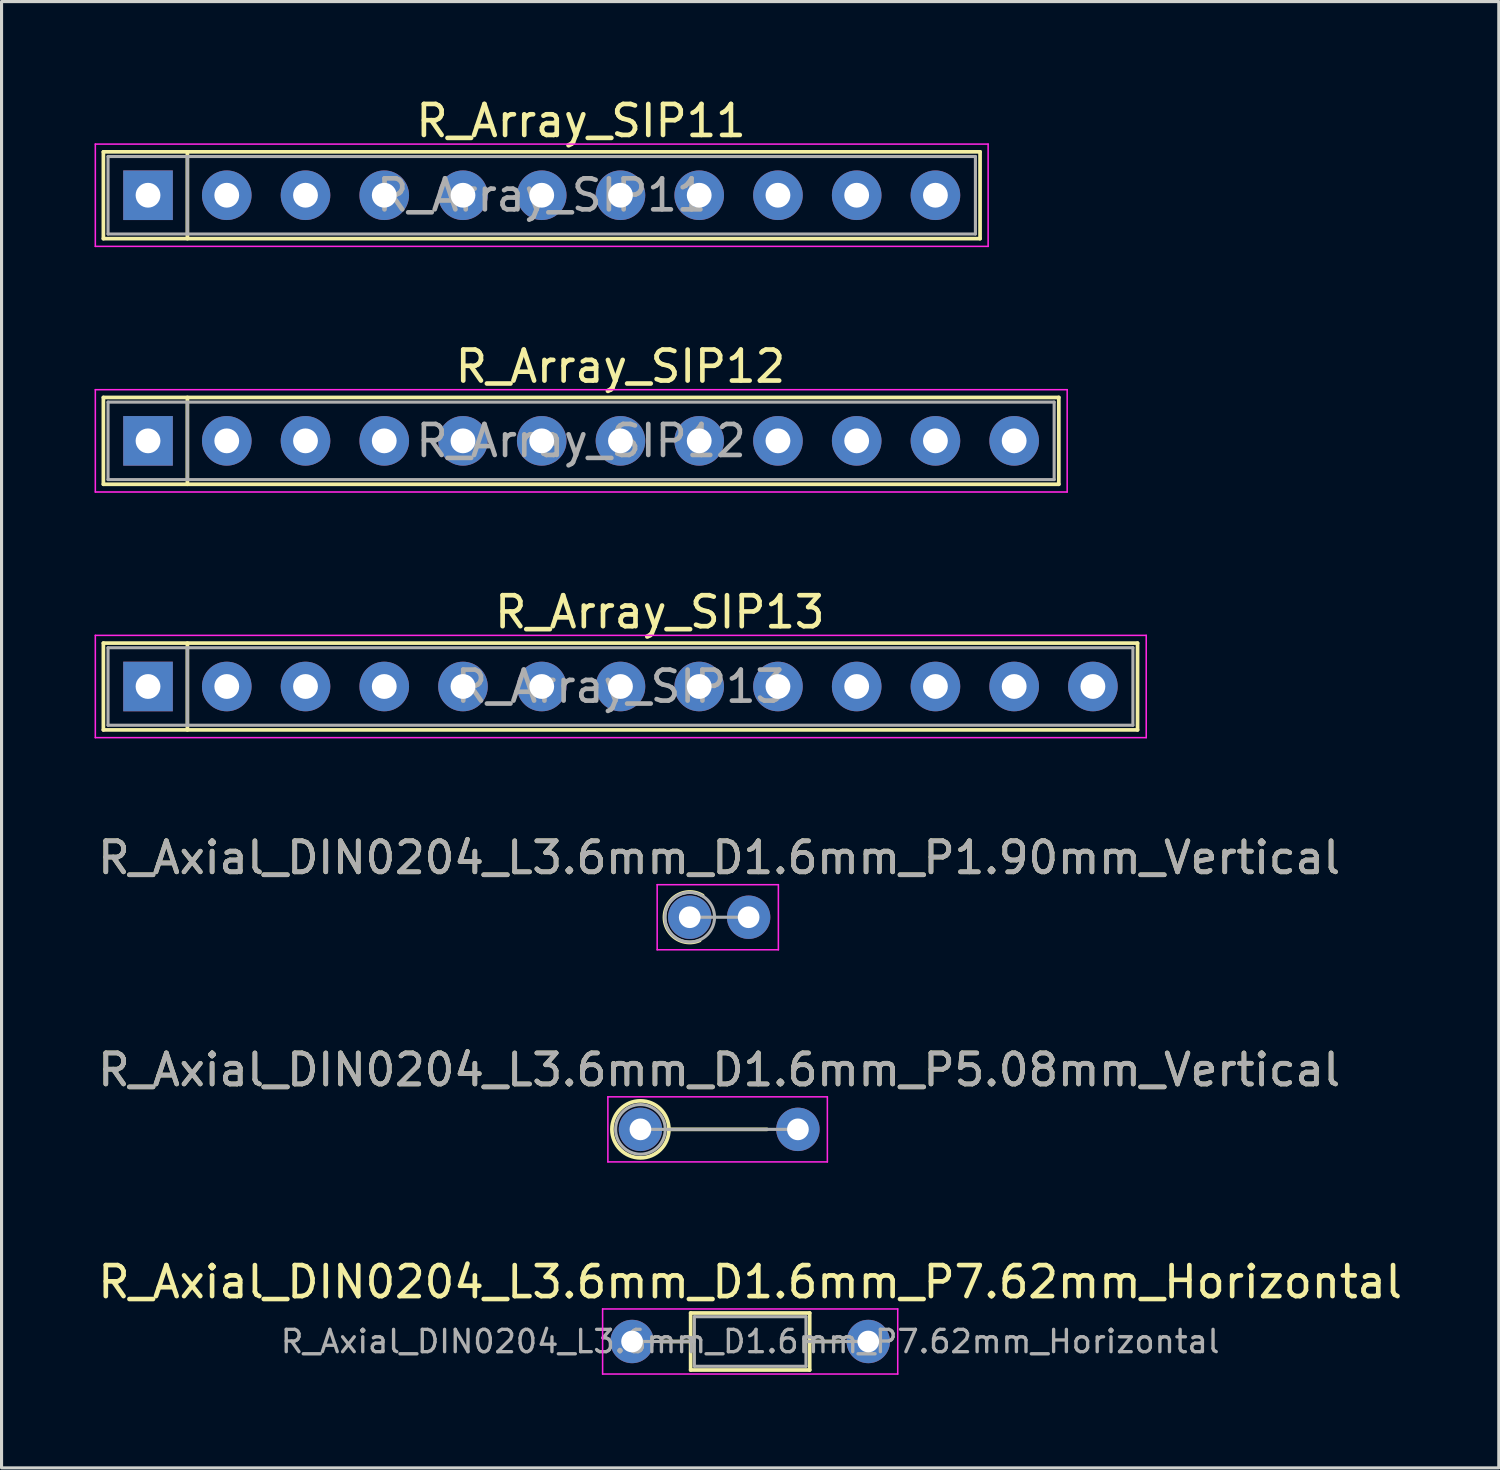
<source format=kicad_pcb>
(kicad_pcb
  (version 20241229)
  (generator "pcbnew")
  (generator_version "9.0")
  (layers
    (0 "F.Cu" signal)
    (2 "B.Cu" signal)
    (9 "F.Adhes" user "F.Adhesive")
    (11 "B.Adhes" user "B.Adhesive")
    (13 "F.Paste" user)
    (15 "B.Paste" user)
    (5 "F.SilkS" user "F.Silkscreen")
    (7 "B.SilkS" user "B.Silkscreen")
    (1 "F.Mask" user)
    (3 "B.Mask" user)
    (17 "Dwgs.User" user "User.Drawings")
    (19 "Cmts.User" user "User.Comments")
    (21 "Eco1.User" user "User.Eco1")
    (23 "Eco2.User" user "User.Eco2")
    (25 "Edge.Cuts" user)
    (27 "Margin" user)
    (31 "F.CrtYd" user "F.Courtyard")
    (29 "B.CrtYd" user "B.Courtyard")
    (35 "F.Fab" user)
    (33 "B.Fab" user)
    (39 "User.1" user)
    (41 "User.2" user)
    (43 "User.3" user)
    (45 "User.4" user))
  (footprint "R_Array_SIP11"
    (layer "F.Cu")
    (at 1.725 3.248)
    (property "Reference" "R_Array_SIP11" (at 13.97 -2.4 0) (layer "F.SilkS") (effects (font (size 1 1) (thickness 0.15))))
    (attr through_hole)
    (fp_line (start -1.44 -1.4) (end -1.44 1.4) (stroke (width 0.12) (type solid)) (layer "F.SilkS"))
    (fp_line (start -1.44 1.4) (end 26.84 1.4) (stroke (width 0.12) (type solid)) (layer "F.SilkS"))
    (fp_line (start 1.27 -1.4) (end 1.27 1.4) (stroke (width 0.12) (type solid)) (layer "F.SilkS"))
    (fp_line (start 26.84 -1.4) (end -1.44 -1.4) (stroke (width 0.12) (type solid)) (layer "F.SilkS"))
    (fp_line (start 26.84 1.4) (end 26.84 -1.4) (stroke (width 0.12) (type solid)) (layer "F.SilkS"))
    (fp_line (start -1.7 -1.65) (end -1.7 1.65) (stroke (width 0.05) (type solid)) (layer "F.CrtYd"))
    (fp_line (start -1.7 1.65) (end 27.1 1.65) (stroke (width 0.05) (type solid)) (layer "F.CrtYd"))
    (fp_line (start 27.1 -1.65) (end -1.7 -1.65) (stroke (width 0.05) (type solid)) (layer "F.CrtYd"))
    (fp_line (start 27.1 1.65) (end 27.1 -1.65) (stroke (width 0.05) (type solid)) (layer "F.CrtYd"))
    (fp_line (start -1.29 -1.25) (end -1.29 1.25) (stroke (width 0.1) (type solid)) (layer "F.Fab"))
    (fp_line (start -1.29 1.25) (end 26.69 1.25) (stroke (width 0.1) (type solid)) (layer "F.Fab"))
    (fp_line (start 1.27 -1.25) (end 1.27 1.25) (stroke (width 0.1) (type solid)) (layer "F.Fab"))
    (fp_line (start 26.69 -1.25) (end -1.29 -1.25) (stroke (width 0.1) (type solid)) (layer "F.Fab"))
    (fp_line (start 26.69 1.25) (end 26.69 -1.25) (stroke (width 0.1) (type solid)) (layer "F.Fab"))
    (fp_text user "${REFERENCE}" (at 12.7 0 0) (layer "F.Fab") (effects (font (size 1 1) (thickness 0.15))))
    (pad "1" thru_hole rect (at 0 0) (size 1.6 1.6) (drill 0.8) (layers "*.Cu" "*.Mask"))
    (pad "2" thru_hole oval (at 2.54 0) (size 1.6 1.6) (drill 0.8) (layers "*.Cu" "*.Mask"))
    (pad "3" thru_hole oval (at 5.08 0) (size 1.6 1.6) (drill 0.8) (layers "*.Cu" "*.Mask"))
    (pad "4" thru_hole oval (at 7.62 0) (size 1.6 1.6) (drill 0.8) (layers "*.Cu" "*.Mask"))
    (pad "5" thru_hole oval (at 10.16 0) (size 1.6 1.6) (drill 0.8) (layers "*.Cu" "*.Mask"))
    (pad "6" thru_hole oval (at 12.7 0) (size 1.6 1.6) (drill 0.8) (layers "*.Cu" "*.Mask"))
    (pad "7" thru_hole oval (at 15.24 0) (size 1.6 1.6) (drill 0.8) (layers "*.Cu" "*.Mask"))
    (pad "8" thru_hole oval (at 17.78 0) (size 1.6 1.6) (drill 0.8) (layers "*.Cu" "*.Mask"))
    (pad "9" thru_hole oval (at 20.32 0) (size 1.6 1.6) (drill 0.8) (layers "*.Cu" "*.Mask"))
    (pad "10" thru_hole oval (at 22.86 0) (size 1.6 1.6) (drill 0.8) (layers "*.Cu" "*.Mask"))
    (pad "11" thru_hole oval (at 25.4 0) (size 1.6 1.6) (drill 0.8) (layers "*.Cu" "*.Mask")))
  (footprint "R_Array_SIP12"
    (layer "F.Cu")
    (at 1.725 11.171)
    (property "Reference" "R_Array_SIP12" (at 15.24 -2.4 0) (layer "F.SilkS") (effects (font (size 1 1) (thickness 0.15))))
    (attr through_hole)
    (fp_line (start -1.44 -1.4) (end -1.44 1.4) (stroke (width 0.12) (type solid)) (layer "F.SilkS"))
    (fp_line (start -1.44 1.4) (end 29.38 1.4) (stroke (width 0.12) (type solid)) (layer "F.SilkS"))
    (fp_line (start 1.27 -1.4) (end 1.27 1.4) (stroke (width 0.12) (type solid)) (layer "F.SilkS"))
    (fp_line (start 29.38 -1.4) (end -1.44 -1.4) (stroke (width 0.12) (type solid)) (layer "F.SilkS"))
    (fp_line (start 29.38 1.4) (end 29.38 -1.4) (stroke (width 0.12) (type solid)) (layer "F.SilkS"))
    (fp_line (start -1.7 -1.65) (end -1.7 1.65) (stroke (width 0.05) (type solid)) (layer "F.CrtYd"))
    (fp_line (start -1.7 1.65) (end 29.65 1.65) (stroke (width 0.05) (type solid)) (layer "F.CrtYd"))
    (fp_line (start 29.65 -1.65) (end -1.7 -1.65) (stroke (width 0.05) (type solid)) (layer "F.CrtYd"))
    (fp_line (start 29.65 1.65) (end 29.65 -1.65) (stroke (width 0.05) (type solid)) (layer "F.CrtYd"))
    (fp_line (start -1.29 -1.25) (end -1.29 1.25) (stroke (width 0.1) (type solid)) (layer "F.Fab"))
    (fp_line (start -1.29 1.25) (end 29.23 1.25) (stroke (width 0.1) (type solid)) (layer "F.Fab"))
    (fp_line (start 1.27 -1.25) (end 1.27 1.25) (stroke (width 0.1) (type solid)) (layer "F.Fab"))
    (fp_line (start 29.23 -1.25) (end -1.29 -1.25) (stroke (width 0.1) (type solid)) (layer "F.Fab"))
    (fp_line (start 29.23 1.25) (end 29.23 -1.25) (stroke (width 0.1) (type solid)) (layer "F.Fab"))
    (fp_text user "${REFERENCE}" (at 13.97 0 0) (layer "F.Fab") (effects (font (size 1 1) (thickness 0.15))))
    (pad "1" thru_hole rect (at 0 0) (size 1.6 1.6) (drill 0.8) (layers "*.Cu" "*.Mask"))
    (pad "2" thru_hole oval (at 2.54 0) (size 1.6 1.6) (drill 0.8) (layers "*.Cu" "*.Mask"))
    (pad "3" thru_hole oval (at 5.08 0) (size 1.6 1.6) (drill 0.8) (layers "*.Cu" "*.Mask"))
    (pad "4" thru_hole oval (at 7.62 0) (size 1.6 1.6) (drill 0.8) (layers "*.Cu" "*.Mask"))
    (pad "5" thru_hole oval (at 10.16 0) (size 1.6 1.6) (drill 0.8) (layers "*.Cu" "*.Mask"))
    (pad "6" thru_hole oval (at 12.7 0) (size 1.6 1.6) (drill 0.8) (layers "*.Cu" "*.Mask"))
    (pad "7" thru_hole oval (at 15.24 0) (size 1.6 1.6) (drill 0.8) (layers "*.Cu" "*.Mask"))
    (pad "8" thru_hole oval (at 17.78 0) (size 1.6 1.6) (drill 0.8) (layers "*.Cu" "*.Mask"))
    (pad "9" thru_hole oval (at 20.32 0) (size 1.6 1.6) (drill 0.8) (layers "*.Cu" "*.Mask"))
    (pad "10" thru_hole oval (at 22.86 0) (size 1.6 1.6) (drill 0.8) (layers "*.Cu" "*.Mask"))
    (pad "11" thru_hole oval (at 25.4 0) (size 1.6 1.6) (drill 0.8) (layers "*.Cu" "*.Mask"))
    (pad "12" thru_hole oval (at 27.94 0) (size 1.6 1.6) (drill 0.8) (layers "*.Cu" "*.Mask")))
  (footprint "R_Axial_DIN0204_L3.6mm_D1.6mm_P7.62mm_Horizontal"
    (layer "F.Cu")
    (at 17.339 40.224)
    (property "Reference" "R_Axial_DIN0204_L3.6mm_D1.6mm_P7.62mm_Horizontal" (at 3.81 -1.92 0) (layer "F.SilkS") (effects (font (size 1 1) (thickness 0.15))))
    (attr through_hole)
    (fp_line (start 0.94 0) (end 1.89 0) (stroke (width 0.12) (type solid)) (layer "F.SilkS"))
    (fp_line (start 1.89 -0.92) (end 1.89 0.92) (stroke (width 0.12) (type solid)) (layer "F.SilkS"))
    (fp_line (start 1.89 0.92) (end 5.73 0.92) (stroke (width 0.12) (type solid)) (layer "F.SilkS"))
    (fp_line (start 5.73 -0.92) (end 1.89 -0.92) (stroke (width 0.12) (type solid)) (layer "F.SilkS"))
    (fp_line (start 5.73 0.92) (end 5.73 -0.92) (stroke (width 0.12) (type solid)) (layer "F.SilkS"))
    (fp_line (start 6.68 0) (end 5.73 0) (stroke (width 0.12) (type solid)) (layer "F.SilkS"))
    (fp_line (start -0.95 -1.05) (end -0.95 1.05) (stroke (width 0.05) (type solid)) (layer "F.CrtYd"))
    (fp_line (start -0.95 1.05) (end 8.57 1.05) (stroke (width 0.05) (type solid)) (layer "F.CrtYd"))
    (fp_line (start 8.57 -1.05) (end -0.95 -1.05) (stroke (width 0.05) (type solid)) (layer "F.CrtYd"))
    (fp_line (start 8.57 1.05) (end 8.57 -1.05) (stroke (width 0.05) (type solid)) (layer "F.CrtYd"))
    (fp_line (start 0 0) (end 2.01 0) (stroke (width 0.1) (type solid)) (layer "F.Fab"))
    (fp_line (start 2.01 -0.8) (end 2.01 0.8) (stroke (width 0.1) (type solid)) (layer "F.Fab"))
    (fp_line (start 2.01 0.8) (end 5.61 0.8) (stroke (width 0.1) (type solid)) (layer "F.Fab"))
    (fp_line (start 5.61 -0.8) (end 2.01 -0.8) (stroke (width 0.1) (type solid)) (layer "F.Fab"))
    (fp_line (start 5.61 0.8) (end 5.61 -0.8) (stroke (width 0.1) (type solid)) (layer "F.Fab"))
    (fp_line (start 7.62 0) (end 5.61 0) (stroke (width 0.1) (type solid)) (layer "F.Fab"))
    (fp_text user "${REFERENCE}" (at 3.81 0 0) (layer "F.Fab") (effects (font (size 0.72 0.72) (thickness 0.108))))
    (pad "1" thru_hole circle (at 0 0) (size 1.4 1.4) (drill 0.7) (layers "*.Cu" "*.Mask"))
    (pad "2" thru_hole oval (at 7.62 0) (size 1.4 1.4) (drill 0.7) (layers "*.Cu" "*.Mask")))
  (footprint "R_Axial_DIN0204_L3.6mm_D1.6mm_P5.08mm_Vertical"
    (layer "F.Cu")
    (at 17.609 33.381)
    (property "Reference" "R_Axial_DIN0204_L3.6mm_D1.6mm_P5.08mm_Vertical" (at 2.54 -1.92 0) (layer "F.SilkS") (effects (font (size 1 1) (thickness 0.15))))
    (attr through_hole)
    (fp_line (start 0.92 0) (end 4.08 0) (stroke (width 0.12) (type solid)) (layer "F.SilkS"))
    (fp_circle (center 0 0) (end 0.92 0) (stroke (width 0.12) (type solid)) (fill no) (layer "F.SilkS"))
    (fp_line (start -1.05 -1.05) (end -1.05 1.05) (stroke (width 0.05) (type solid)) (layer "F.CrtYd"))
    (fp_line (start -1.05 1.05) (end 6.03 1.05) (stroke (width 0.05) (type solid)) (layer "F.CrtYd"))
    (fp_line (start 6.03 -1.05) (end -1.05 -1.05) (stroke (width 0.05) (type solid)) (layer "F.CrtYd"))
    (fp_line (start 6.03 1.05) (end 6.03 -1.05) (stroke (width 0.05) (type solid)) (layer "F.CrtYd"))
    (fp_line (start 0 0) (end 5.08 0) (stroke (width 0.1) (type solid)) (layer "F.Fab"))
    (fp_circle (center 0 0) (end 0.8 0) (stroke (width 0.1) (type solid)) (fill no) (layer "F.Fab"))
    (fp_text user "${REFERENCE}" (at 2.54 -1.92 0) (layer "F.Fab") (effects (font (size 1 1) (thickness 0.15))))
    (pad "1" thru_hole circle (at 0 0) (size 1.4 1.4) (drill 0.7) (layers "*.Cu" "*.Mask"))
    (pad "2" thru_hole oval (at 5.08 0) (size 1.4 1.4) (drill 0.7) (layers "*.Cu" "*.Mask")))
  (footprint "R_Axial_DIN0204_L3.6mm_D1.6mm_P1.90mm_Vertical"
    (layer "F.Cu")
    (at 19.199 26.538)
    (property "Reference" "R_Axial_DIN0204_L3.6mm_D1.6mm_P1.90mm_Vertical" (at 0.95 -1.92 0) (layer "F.SilkS") (effects (font (size 1 1) (thickness 0.15))))
    (attr through_hole)
    (fp_arc (start 0.320095 0.749359) (mid -0.813042 -0.054435) (end 0.417133 -0.7) (stroke (width 0.12) (type solid)) (layer "F.SilkS"))
    (fp_line (start -1.05 -1.05) (end -1.05 1.05) (stroke (width 0.05) (type solid)) (layer "F.CrtYd"))
    (fp_line (start -1.05 1.05) (end 2.86 1.05) (stroke (width 0.05) (type solid)) (layer "F.CrtYd"))
    (fp_line (start 2.86 -1.05) (end -1.05 -1.05) (stroke (width 0.05) (type solid)) (layer "F.CrtYd"))
    (fp_line (start 2.86 1.05) (end 2.86 -1.05) (stroke (width 0.05) (type solid)) (layer "F.CrtYd"))
    (fp_line (start 0 0) (end 1.9 0) (stroke (width 0.1) (type solid)) (layer "F.Fab"))
    (fp_circle (center 0 0) (end 0.8 0) (stroke (width 0.1) (type solid)) (fill no) (layer "F.Fab"))
    (fp_text user "${REFERENCE}" (at 0.95 -1.92 0) (layer "F.Fab") (effects (font (size 1 1) (thickness 0.15))))
    (pad "1" thru_hole circle (at 0 0) (size 1.4 1.4) (drill 0.7) (layers "*.Cu" "*.Mask"))
    (pad "2" thru_hole oval (at 1.9 0) (size 1.4 1.4) (drill 0.7) (layers "*.Cu" "*.Mask")))
  (footprint "R_Array_SIP13"
    (layer "F.Cu")
    (at 1.725 19.095)
    (property "Reference" "R_Array_SIP13" (at 16.51 -2.4 0) (layer "F.SilkS") (effects (font (size 1 1) (thickness 0.15))))
    (attr through_hole)
    (fp_line (start -1.44 -1.4) (end -1.44 1.4) (stroke (width 0.12) (type solid)) (layer "F.SilkS"))
    (fp_line (start -1.44 1.4) (end 31.92 1.4) (stroke (width 0.12) (type solid)) (layer "F.SilkS"))
    (fp_line (start 1.27 -1.4) (end 1.27 1.4) (stroke (width 0.12) (type solid)) (layer "F.SilkS"))
    (fp_line (start 31.92 -1.4) (end -1.44 -1.4) (stroke (width 0.12) (type solid)) (layer "F.SilkS"))
    (fp_line (start 31.92 1.4) (end 31.92 -1.4) (stroke (width 0.12) (type solid)) (layer "F.SilkS"))
    (fp_line (start -1.7 -1.65) (end -1.7 1.65) (stroke (width 0.05) (type solid)) (layer "F.CrtYd"))
    (fp_line (start -1.7 1.65) (end 32.2 1.65) (stroke (width 0.05) (type solid)) (layer "F.CrtYd"))
    (fp_line (start 32.2 -1.65) (end -1.7 -1.65) (stroke (width 0.05) (type solid)) (layer "F.CrtYd"))
    (fp_line (start 32.2 1.65) (end 32.2 -1.65) (stroke (width 0.05) (type solid)) (layer "F.CrtYd"))
    (fp_line (start -1.29 -1.25) (end -1.29 1.25) (stroke (width 0.1) (type solid)) (layer "F.Fab"))
    (fp_line (start -1.29 1.25) (end 31.77 1.25) (stroke (width 0.1) (type solid)) (layer "F.Fab"))
    (fp_line (start 1.27 -1.25) (end 1.27 1.25) (stroke (width 0.1) (type solid)) (layer "F.Fab"))
    (fp_line (start 31.77 -1.25) (end -1.29 -1.25) (stroke (width 0.1) (type solid)) (layer "F.Fab"))
    (fp_line (start 31.77 1.25) (end 31.77 -1.25) (stroke (width 0.1) (type solid)) (layer "F.Fab"))
    (fp_text user "${REFERENCE}" (at 15.24 0 0) (layer "F.Fab") (effects (font (size 1 1) (thickness 0.15))))
    (pad "1" thru_hole rect (at 0 0) (size 1.6 1.6) (drill 0.8) (layers "*.Cu" "*.Mask"))
    (pad "2" thru_hole oval (at 2.54 0) (size 1.6 1.6) (drill 0.8) (layers "*.Cu" "*.Mask"))
    (pad "3" thru_hole oval (at 5.08 0) (size 1.6 1.6) (drill 0.8) (layers "*.Cu" "*.Mask"))
    (pad "4" thru_hole oval (at 7.62 0) (size 1.6 1.6) (drill 0.8) (layers "*.Cu" "*.Mask"))
    (pad "5" thru_hole oval (at 10.16 0) (size 1.6 1.6) (drill 0.8) (layers "*.Cu" "*.Mask"))
    (pad "6" thru_hole oval (at 12.7 0) (size 1.6 1.6) (drill 0.8) (layers "*.Cu" "*.Mask"))
    (pad "7" thru_hole oval (at 15.24 0) (size 1.6 1.6) (drill 0.8) (layers "*.Cu" "*.Mask"))
    (pad "8" thru_hole oval (at 17.78 0) (size 1.6 1.6) (drill 0.8) (layers "*.Cu" "*.Mask"))
    (pad "9" thru_hole oval (at 20.32 0) (size 1.6 1.6) (drill 0.8) (layers "*.Cu" "*.Mask"))
    (pad "10" thru_hole oval (at 22.86 0) (size 1.6 1.6) (drill 0.8) (layers "*.Cu" "*.Mask"))
    (pad "11" thru_hole oval (at 25.4 0) (size 1.6 1.6) (drill 0.8) (layers "*.Cu" "*.Mask"))
    (pad "12" thru_hole oval (at 27.94 0) (size 1.6 1.6) (drill 0.8) (layers "*.Cu" "*.Mask"))
    (pad "13" thru_hole oval (at 30.48 0) (size 1.6 1.6) (drill 0.8) (layers "*.Cu" "*.Mask")))
  (gr_rect
    (start -3 -3)
    (end 45.298 44.3)
    (stroke (width 0.1) (type default))
    (fill no)
    (layer "Edge.Cuts")))
</source>
